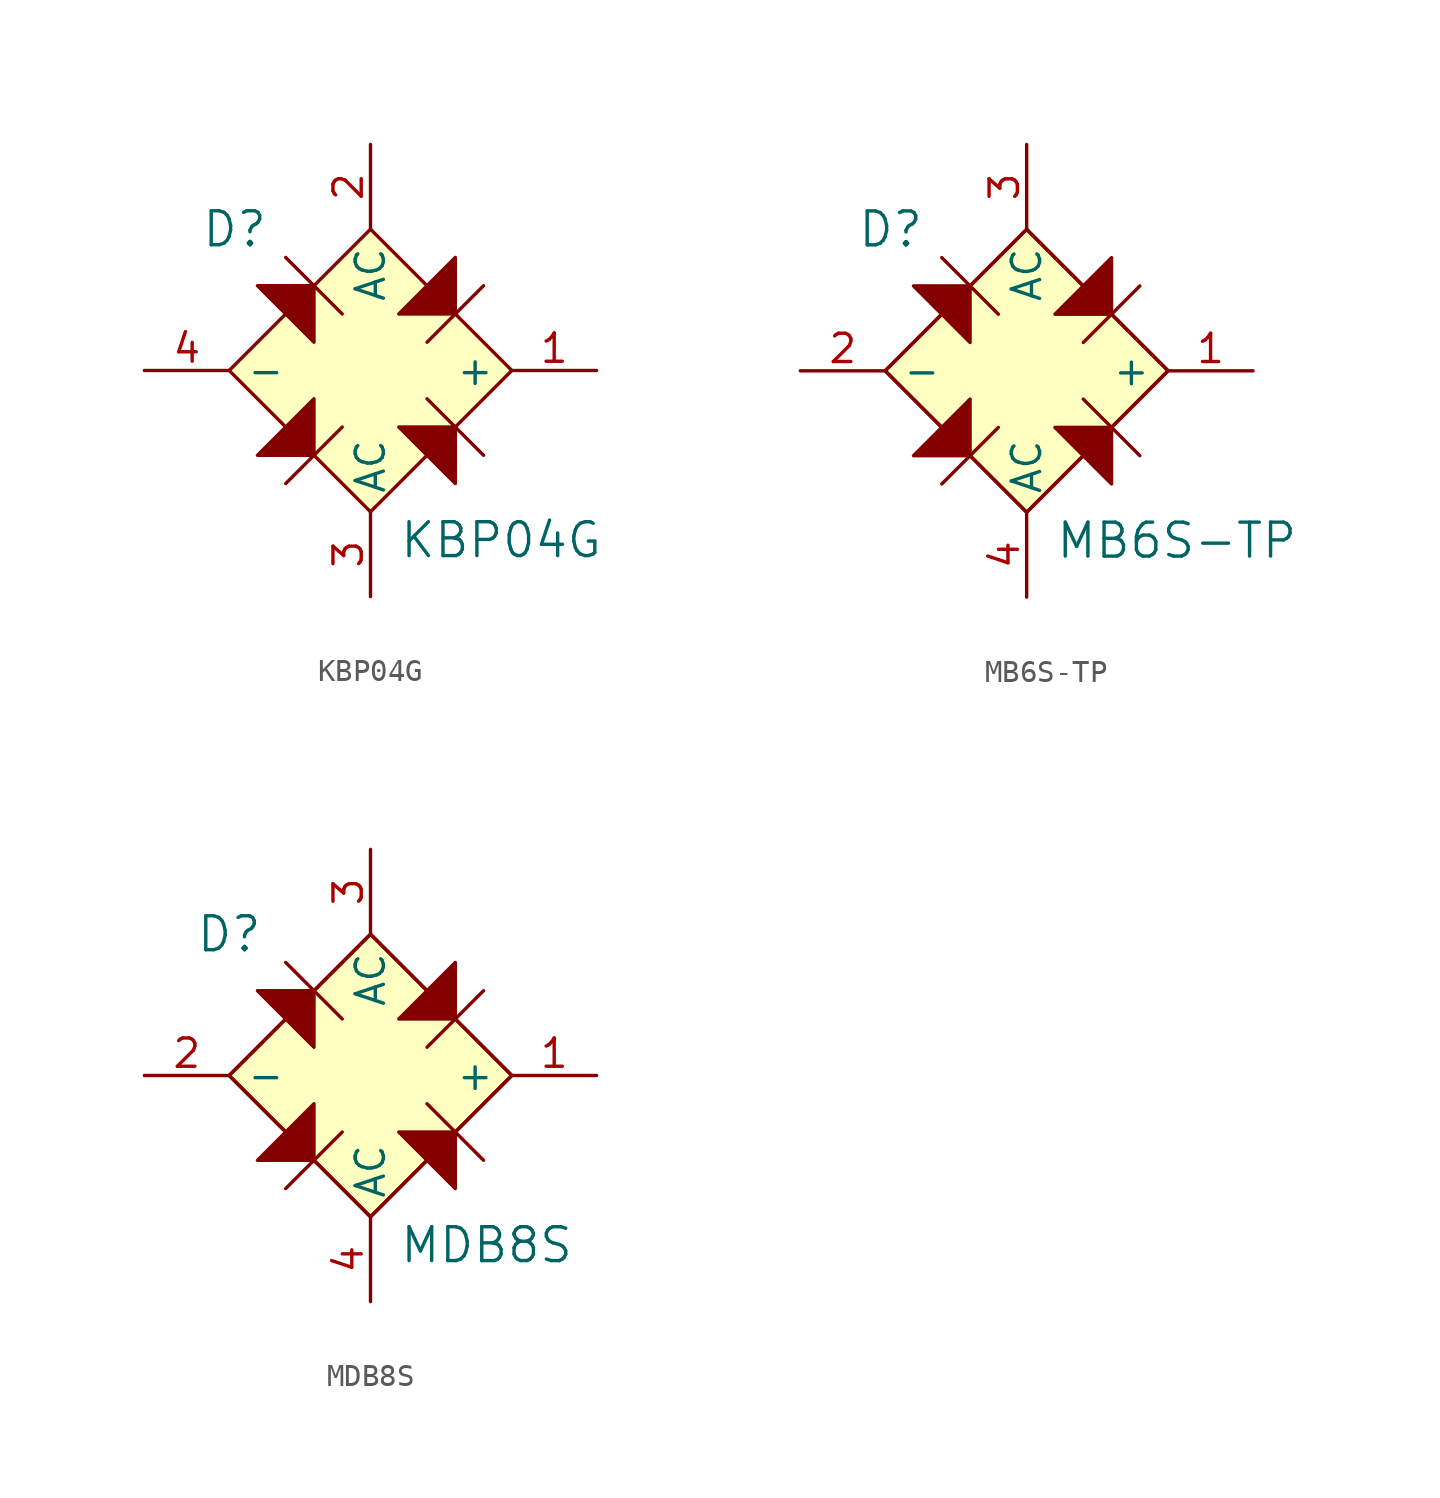
<source format=kicad_sym>
(kicad_symbol_lib
  (version 20231120)
  (generator "kicad_symbol_editor")
  (generator_version "8.0")
  (symbol "KBP04G"
    (pin_names
      (offset 0.762))
    (property "Reference" "D"
      (at -7.62 6.35 0)
      (effects (font (size 1.524 1.524)) (justify left)))
    (property "Value" "KBP04G"
      (at 1.27 -7.62 0)
      (effects (font (size 1.524 1.524)) (justify left)))
    (symbol "KBP04G_0_1"
      (polyline (pts (xy -3.81 5.08) (xy -1.27 2.54)) (stroke (width 0) (type solid)) (fill (type none)))
      (polyline (pts (xy -1.27 -2.54) (xy -3.81 -5.08)) (stroke (width 0) (type solid)) (fill (type none)))
      (polyline (pts (xy 2.54 -1.27) (xy 5.08 -3.81)) (stroke (width 0) (type solid)) (fill (type none)))
      (polyline (pts (xy 5.08 3.81) (xy 2.54 1.27)) (stroke (width 0) (type solid)) (fill (type none)))
      (polyline (pts (xy -5.08 -3.81) (xy -2.54 -1.27) (xy -2.54 -3.81) (xy -5.08 -3.81)) (stroke (width 0) (type solid)) (fill (type outline)))
      (polyline (pts (xy -5.08 3.81) (xy -2.54 1.27) (xy -2.54 3.81) (xy -5.08 3.81)) (stroke (width 0) (type solid)) (fill (type outline)))
      (polyline (pts (xy 1.27 -2.54) (xy 3.81 -5.08) (xy 3.81 -2.54) (xy 1.27 -2.54)) (stroke (width 0) (type solid)) (fill (type outline)))
      (polyline (pts (xy 1.27 2.54) (xy 3.81 5.08) (xy 3.81 2.54) (xy 1.27 2.54)) (stroke (width 0) (type solid)) (fill (type outline)))
      (polyline (pts (xy 0 -6.35) (xy -6.35 0) (xy 0 6.35) (xy 6.35 0) (xy 0 -6.35)) (stroke (width 0) (type solid)) (fill (type background))))
    (symbol "KBP04G_1_1"
      (pin power_out line (at 10.16 0 180) (length 3.81) (name "+" (effects (font (size 1.27 1.27)))) (number "1" (effects (font (size 1.27 1.27)))))
      (pin power_in line (at 0 10.16 270) (length 3.81) (name "AC" (effects (font (size 1.27 1.27)))) (number "2" (effects (font (size 1.27 1.27)))))
      (pin power_in line (at 0 -10.16 90) (length 3.81) (name "AC" (effects (font (size 1.27 1.27)))) (number "3" (effects (font (size 1.27 1.27)))))
      (pin power_out line (at -10.16 0 0) (length 3.81) (name "-" (effects (font (size 1.27 1.27)))) (number "4" (effects (font (size 1.27 1.27)))))))
  (symbol "MB6S-TP"
    (pin_names
      (offset 0.762))
    (property "Reference" "D"
      (at -7.62 6.35 0)
      (effects (font (size 1.524 1.524)) (justify left)))
    (property "Value" "MB6S-TP"
      (at 1.27 -7.62 0)
      (effects (font (size 1.524 1.524)) (justify left)))
    (symbol "MB6S-TP_0_1"
      (polyline (pts (xy -3.81 5.08) (xy -1.27 2.54)) (stroke (width 0) (type solid)) (fill (type none)))
      (polyline (pts (xy -1.27 -2.54) (xy -3.81 -5.08)) (stroke (width 0) (type solid)) (fill (type none)))
      (polyline (pts (xy 2.54 -1.27) (xy 5.08 -3.81)) (stroke (width 0) (type solid)) (fill (type none)))
      (polyline (pts (xy 5.08 3.81) (xy 2.54 1.27)) (stroke (width 0) (type solid)) (fill (type none)))
      (polyline (pts (xy -3.81 2.54) (xy -6.35 0) (xy -3.81 -2.54)) (stroke (width 0) (type solid)) (fill (type none)))
      (polyline (pts (xy -2.54 3.81) (xy 0 6.35) (xy 2.54 3.81)) (stroke (width 0) (type solid)) (fill (type none)))
      (polyline (pts (xy 2.54 -3.81) (xy 0 -6.35) (xy -2.54 -3.81)) (stroke (width 0) (type solid)) (fill (type none)))
      (polyline (pts (xy 3.81 2.54) (xy 6.35 0) (xy 3.81 -2.54)) (stroke (width 0) (type solid)) (fill (type none)))
      (polyline (pts (xy -2.54 1.27) (xy -2.54 3.81) (xy -5.08 3.81) (xy -2.54 1.27)) (stroke (width 0) (type solid)) (fill (type outline)))
      (polyline (pts (xy 1.27 -2.54) (xy 3.81 -2.54) (xy 3.81 -5.08) (xy 1.27 -2.54)) (stroke (width 0) (type solid)) (fill (type outline)))
      (polyline (pts (xy 1.27 2.54) (xy 3.81 2.54) (xy 3.81 5.08) (xy 1.27 2.54)) (stroke (width 0) (type solid)) (fill (type outline)))
      (polyline (pts (xy -6.35 0) (xy 0 -6.35) (xy 6.35 0) (xy 0 6.35) (xy -6.35 0)) (stroke (width 0) (type solid)) (fill (type background)))
      (polyline (pts (xy -2.54 -3.81) (xy -2.54 -1.27) (xy -3.81 -2.54) (xy -5.08 -3.81) (xy -2.54 -3.81)) (stroke (width 0) (type solid)) (fill (type outline))))
    (symbol "MB6S-TP_1_1"
      (pin power_out line (at 10.16 0 180) (length 3.81) (name "+" (effects (font (size 1.27 1.27)))) (number "1" (effects (font (size 1.27 1.27)))))
      (pin power_out line (at -10.16 0 0) (length 3.81) (name "-" (effects (font (size 1.27 1.27)))) (number "2" (effects (font (size 1.27 1.27)))))
      (pin power_in line (at 0 10.16 270) (length 3.81) (name "AC" (effects (font (size 1.27 1.27)))) (number "3" (effects (font (size 1.27 1.27)))))
      (pin power_in line (at 0 -10.16 90) (length 3.81) (name "AC" (effects (font (size 1.27 1.27)))) (number "4" (effects (font (size 1.27 1.27)))))))
  (symbol "MDB8S"
    (pin_names
      (offset 0.762))
    (property "Reference" "D"
      (at -6.35 6.35 0)
      (effects (font (size 1.524 1.524))))
    (property "Value" "MDB8S"
      (at 1.27 -7.62 0)
      (effects (font (size 1.524 1.524)) (justify left)))
    (symbol "MDB8S_0_1"
      (polyline (pts (xy -3.81 5.08) (xy -1.27 2.54)) (stroke (width 0) (type solid)) (fill (type none)))
      (polyline (pts (xy -1.27 -2.54) (xy -3.81 -5.08)) (stroke (width 0) (type solid)) (fill (type none)))
      (polyline (pts (xy 2.54 -1.27) (xy 5.08 -3.81)) (stroke (width 0) (type solid)) (fill (type none)))
      (polyline (pts (xy 5.08 3.81) (xy 2.54 1.27)) (stroke (width 0) (type solid)) (fill (type none)))
      (polyline (pts (xy -3.81 2.54) (xy -6.35 0) (xy -3.81 -2.54)) (stroke (width 0) (type solid)) (fill (type none)))
      (polyline (pts (xy -2.54 3.81) (xy 0 6.35) (xy 2.54 3.81)) (stroke (width 0) (type solid)) (fill (type none)))
      (polyline (pts (xy 2.54 -3.81) (xy 0 -6.35) (xy -2.54 -3.81)) (stroke (width 0) (type solid)) (fill (type none)))
      (polyline (pts (xy 3.81 2.54) (xy 6.35 0) (xy 3.81 -2.54)) (stroke (width 0) (type solid)) (fill (type none)))
      (polyline (pts (xy -2.54 1.27) (xy -2.54 3.81) (xy -5.08 3.81) (xy -2.54 1.27)) (stroke (width 0) (type solid)) (fill (type outline)))
      (polyline (pts (xy 1.27 -2.54) (xy 3.81 -2.54) (xy 3.81 -5.08) (xy 1.27 -2.54)) (stroke (width 0) (type solid)) (fill (type outline)))
      (polyline (pts (xy 1.27 2.54) (xy 3.81 2.54) (xy 3.81 5.08) (xy 1.27 2.54)) (stroke (width 0) (type solid)) (fill (type outline)))
      (polyline (pts (xy -2.54 -3.81) (xy -2.54 -1.27) (xy -3.81 -2.54) (xy -5.08 -3.81) (xy -2.54 -3.81)) (stroke (width 0) (type solid)) (fill (type outline)))
      (polyline (pts (xy 0 6.35) (xy -6.35 0) (xy 0 -6.35) (xy 6.35 0) (xy 0 6.35)) (stroke (width 0) (type solid)) (fill (type background))))
    (symbol "MDB8S_1_1"
      (pin power_out line (at 10.16 0 180) (length 3.81) (name "+" (effects (font (size 1.27 1.27)))) (number "1" (effects (font (size 1.27 1.27)))))
      (pin power_out line (at -10.16 0 0) (length 3.81) (name "-" (effects (font (size 1.27 1.27)))) (number "2" (effects (font (size 1.27 1.27)))))
      (pin power_in line (at 0 10.16 270) (length 3.81) (name "AC" (effects (font (size 1.27 1.27)))) (number "3" (effects (font (size 1.27 1.27)))))
      (pin power_in line (at 0 -10.16 90) (length 3.81) (name "AC" (effects (font (size 1.27 1.27)))) (number "4" (effects (font (size 1.27 1.27))))))))
</source>
